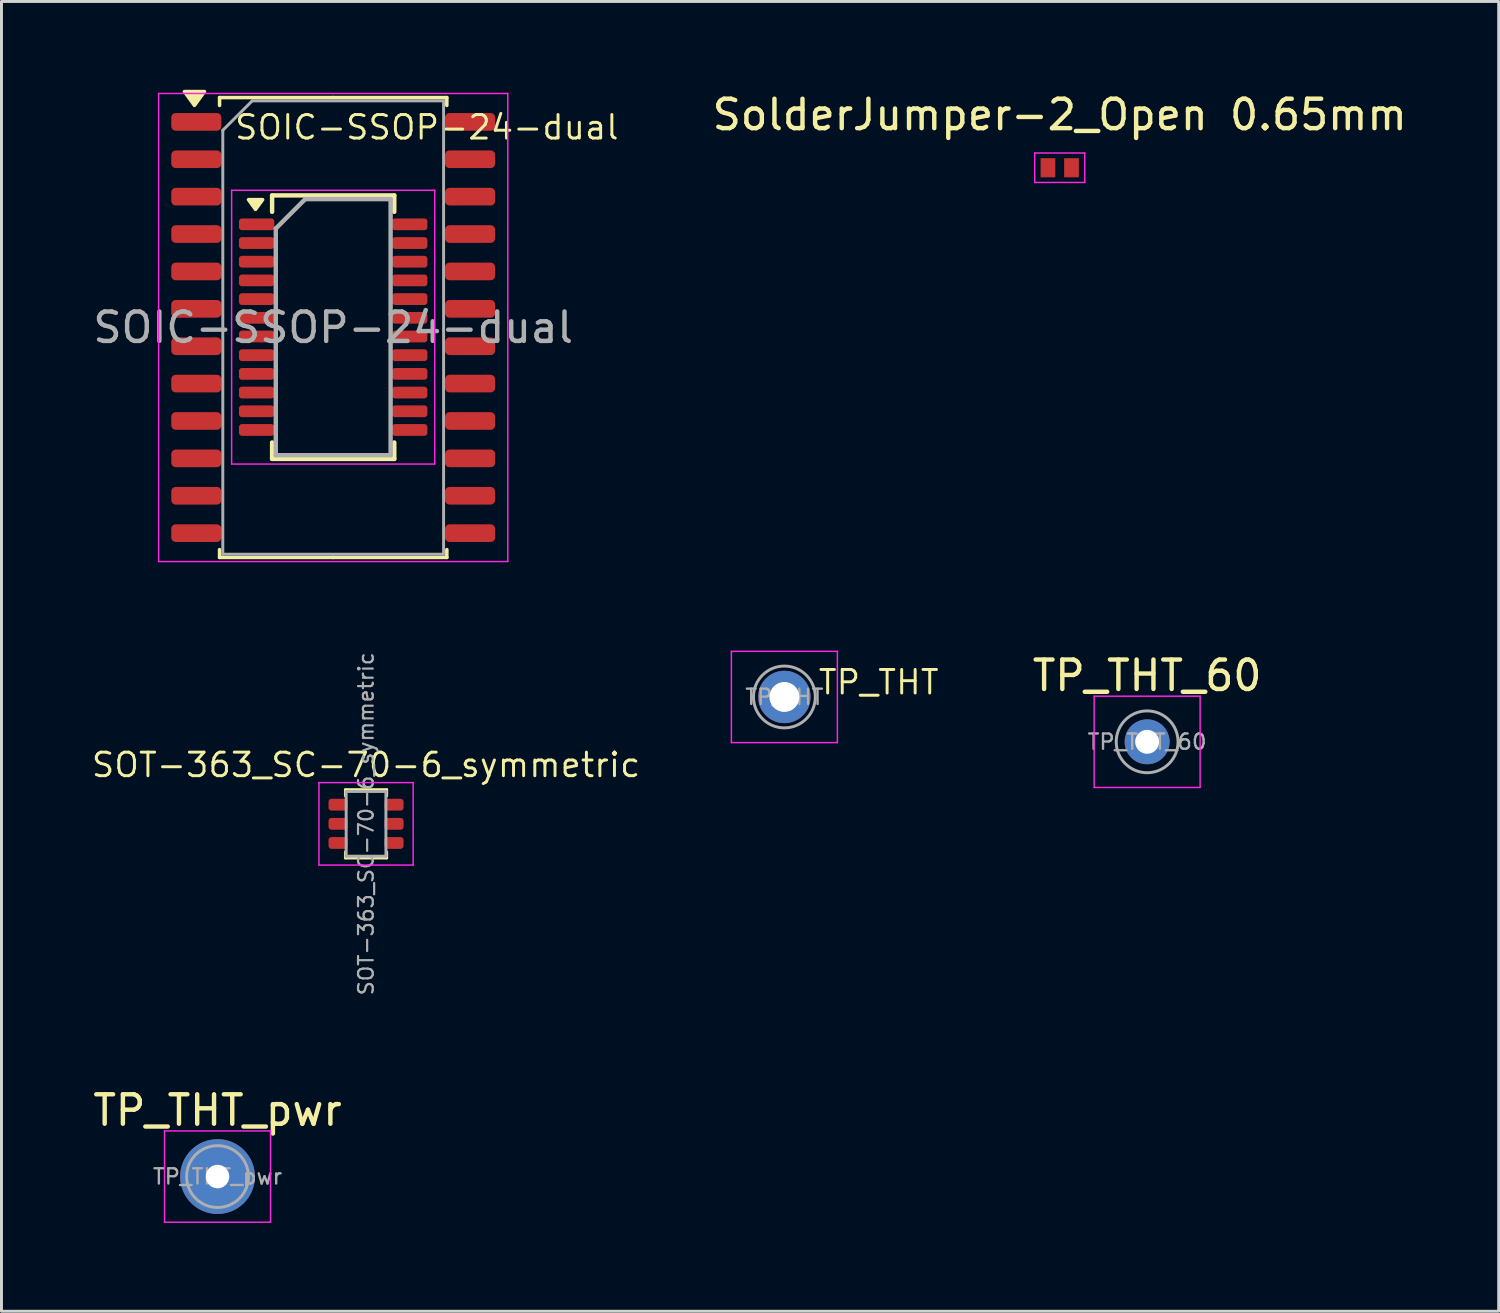
<source format=kicad_pcb>
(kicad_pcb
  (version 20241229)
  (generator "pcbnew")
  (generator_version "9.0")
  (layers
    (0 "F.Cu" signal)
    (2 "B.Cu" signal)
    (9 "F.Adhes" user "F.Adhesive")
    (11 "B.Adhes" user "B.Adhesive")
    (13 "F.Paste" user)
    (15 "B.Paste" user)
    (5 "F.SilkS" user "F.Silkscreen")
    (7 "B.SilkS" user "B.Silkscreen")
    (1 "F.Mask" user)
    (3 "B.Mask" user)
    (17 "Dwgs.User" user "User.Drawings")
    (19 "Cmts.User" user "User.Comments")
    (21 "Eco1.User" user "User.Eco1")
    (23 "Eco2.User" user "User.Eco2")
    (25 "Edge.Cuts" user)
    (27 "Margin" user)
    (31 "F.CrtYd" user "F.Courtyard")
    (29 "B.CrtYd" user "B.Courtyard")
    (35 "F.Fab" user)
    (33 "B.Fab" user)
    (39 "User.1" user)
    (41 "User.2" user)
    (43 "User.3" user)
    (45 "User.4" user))
  (footprint "SOIC-SSOP-24-dual"
    (layer "F.Cu")
    (at 8.268 8.075)
    (property "Reference" "SOIC-SSOP-24-dual" (at -3.4 -6.8 0) (unlocked yes) (layer "F.SilkS") (effects (font (size 0.8 0.8) (thickness 0.1)) (justify left)))
    (attr smd)
    (fp_line (start -3.86 -7.81) (end -3.86 -7.545) (stroke (width 0.12) (type solid)) (layer "F.SilkS"))
    (fp_line (start -3.86 7.81) (end -3.86 7.545) (stroke (width 0.12) (type solid)) (layer "F.SilkS"))
    (fp_line (start -2.075 -4.487) (end -2.075 -3.93) (stroke (width 0.15) (type solid)) (layer "F.SilkS"))
    (fp_line (start -2.075 -4.487) (end 2.075 -4.487) (stroke (width 0.15) (type solid)) (layer "F.SilkS"))
    (fp_line (start -2.075 4.463) (end -2.075 3.905) (stroke (width 0.15) (type solid)) (layer "F.SilkS"))
    (fp_line (start -2.075 4.463) (end 2.075 4.463) (stroke (width 0.15) (type solid)) (layer "F.SilkS"))
    (fp_line (start 0 -7.81) (end -3.86 -7.81) (stroke (width 0.12) (type solid)) (layer "F.SilkS"))
    (fp_line (start 0 -7.81) (end 3.86 -7.81) (stroke (width 0.12) (type solid)) (layer "F.SilkS"))
    (fp_line (start 0 7.81) (end -3.86 7.81) (stroke (width 0.12) (type solid)) (layer "F.SilkS"))
    (fp_line (start 0 7.81) (end 3.86 7.81) (stroke (width 0.12) (type solid)) (layer "F.SilkS"))
    (fp_line (start 2.075 -4.487) (end 2.075 -3.93) (stroke (width 0.15) (type solid)) (layer "F.SilkS"))
    (fp_line (start 2.075 4.463) (end 2.075 3.905) (stroke (width 0.15) (type solid)) (layer "F.SilkS"))
    (fp_line (start 3.86 -7.81) (end 3.86 -7.545) (stroke (width 0.12) (type solid)) (layer "F.SilkS"))
    (fp_line (start 3.86 7.81) (end 3.86 7.545) (stroke (width 0.12) (type solid)) (layer "F.SilkS"))
    (fp_poly (pts (xy -4.713 -7.545) (xy -5.053 -8.015) (xy -4.372 -8.015) (xy -4.713 -7.545)) (stroke (width 0.12) (type solid)) (fill yes) (layer "F.SilkS"))
    (fp_poly (pts (xy -2.638 -4.013) (xy -2.877 -4.343) (xy -2.397 -4.343) (xy -2.638 -4.013)) (stroke (width 0.12) (type solid)) (fill yes) (layer "F.SilkS"))
    (fp_line (start -5.93 -7.95) (end -5.93 7.95) (stroke (width 0.05) (type solid)) (layer "F.CrtYd"))
    (fp_line (start -5.93 7.95) (end 5.93 7.95) (stroke (width 0.05) (type solid)) (layer "F.CrtYd"))
    (fp_line (start -3.45 -4.662) (end -3.45 4.638) (stroke (width 0.05) (type solid)) (layer "F.CrtYd"))
    (fp_line (start -3.45 -4.662) (end 3.45 -4.662) (stroke (width 0.05) (type solid)) (layer "F.CrtYd"))
    (fp_line (start -3.45 4.638) (end 3.45 4.638) (stroke (width 0.05) (type solid)) (layer "F.CrtYd"))
    (fp_line (start 3.45 -4.662) (end 3.45 4.638) (stroke (width 0.05) (type solid)) (layer "F.CrtYd"))
    (fp_line (start 5.93 -7.95) (end -5.93 -7.95) (stroke (width 0.05) (type solid)) (layer "F.CrtYd"))
    (fp_line (start 5.93 7.95) (end 5.93 -7.95) (stroke (width 0.05) (type solid)) (layer "F.CrtYd"))
    (fp_line (start -3.75 -6.7) (end -2.75 -7.7) (stroke (width 0.1) (type solid)) (layer "F.Fab"))
    (fp_line (start -3.75 7.7) (end -3.75 -6.7) (stroke (width 0.1) (type solid)) (layer "F.Fab"))
    (fp_line (start -2.75 -7.7) (end 3.75 -7.7) (stroke (width 0.1) (type solid)) (layer "F.Fab"))
    (fp_line (start -1.95 -3.362) (end -0.95 -4.362) (stroke (width 0.15) (type solid)) (layer "F.Fab"))
    (fp_line (start -1.95 4.338) (end -1.95 -3.362) (stroke (width 0.15) (type solid)) (layer "F.Fab"))
    (fp_line (start -0.95 -4.362) (end 1.95 -4.362) (stroke (width 0.15) (type solid)) (layer "F.Fab"))
    (fp_line (start 1.95 -4.362) (end 1.95 4.338) (stroke (width 0.15) (type solid)) (layer "F.Fab"))
    (fp_line (start 1.95 4.338) (end -1.95 4.338) (stroke (width 0.15) (type solid)) (layer "F.Fab"))
    (fp_line (start 3.75 -7.7) (end 3.75 7.7) (stroke (width 0.1) (type solid)) (layer "F.Fab"))
    (fp_line (start 3.75 7.7) (end -3.75 7.7) (stroke (width 0.1) (type solid)) (layer "F.Fab"))
    (fp_text user "${REFERENCE}" (at 0 0 0) (layer "F.Fab") (effects (font (size 1 1) (thickness 0.15))))
    (pad "1" smd roundrect (at -4.65 -6.985) (size 1.7 0.6) (layers "F.Cu" "F.Mask" "F.Paste") (roundrect_rratio 0.25))
    (pad "1" smd roundrect (at -2.6 -3.505) (size 1.2 0.4) (layers "F.Cu" "F.Mask" "F.Paste") (roundrect_rratio 0.25))
    (pad "2" smd roundrect (at -4.65 -5.715) (size 1.7 0.6) (layers "F.Cu" "F.Mask" "F.Paste") (roundrect_rratio 0.25))
    (pad "2" smd roundrect (at -2.6 -2.87) (size 1.2 0.4) (layers "F.Cu" "F.Mask" "F.Paste") (roundrect_rratio 0.25))
    (pad "3" smd roundrect (at -4.65 -4.445) (size 1.7 0.6) (layers "F.Cu" "F.Mask" "F.Paste") (roundrect_rratio 0.25))
    (pad "3" smd roundrect (at -2.6 -2.235) (size 1.2 0.4) (layers "F.Cu" "F.Mask" "F.Paste") (roundrect_rratio 0.25))
    (pad "4" smd roundrect (at -4.65 -3.175) (size 1.7 0.6) (layers "F.Cu" "F.Mask" "F.Paste") (roundrect_rratio 0.25))
    (pad "4" smd roundrect (at -2.6 -1.6) (size 1.2 0.4) (layers "F.Cu" "F.Mask" "F.Paste") (roundrect_rratio 0.25))
    (pad "5" smd roundrect (at -4.65 -1.905) (size 1.7 0.6) (layers "F.Cu" "F.Mask" "F.Paste") (roundrect_rratio 0.25))
    (pad "5" smd roundrect (at -2.6 -0.965) (size 1.2 0.4) (layers "F.Cu" "F.Mask" "F.Paste") (roundrect_rratio 0.25))
    (pad "6" smd roundrect (at -4.65 -0.635) (size 1.7 0.6) (layers "F.Cu" "F.Mask" "F.Paste") (roundrect_rratio 0.25))
    (pad "6" smd roundrect (at -2.6 -0.33) (size 1.2 0.4) (layers "F.Cu" "F.Mask" "F.Paste") (roundrect_rratio 0.25))
    (pad "7" smd roundrect (at -4.65 0.635) (size 1.7 0.6) (layers "F.Cu" "F.Mask" "F.Paste") (roundrect_rratio 0.25))
    (pad "7" smd roundrect (at -2.6 0.305) (size 1.2 0.4) (layers "F.Cu" "F.Mask" "F.Paste") (roundrect_rratio 0.25))
    (pad "8" smd roundrect (at -4.65 1.905) (size 1.7 0.6) (layers "F.Cu" "F.Mask" "F.Paste") (roundrect_rratio 0.25))
    (pad "8" smd roundrect (at -2.6 0.94) (size 1.2 0.4) (layers "F.Cu" "F.Mask" "F.Paste") (roundrect_rratio 0.25))
    (pad "9" smd roundrect (at -4.65 3.175) (size 1.7 0.6) (layers "F.Cu" "F.Mask" "F.Paste") (roundrect_rratio 0.25))
    (pad "9" smd roundrect (at -2.6 1.575) (size 1.2 0.4) (layers "F.Cu" "F.Mask" "F.Paste") (roundrect_rratio 0.25))
    (pad "10" smd roundrect (at -4.65 4.445) (size 1.7 0.6) (layers "F.Cu" "F.Mask" "F.Paste") (roundrect_rratio 0.25))
    (pad "10" smd roundrect (at -2.6 2.21) (size 1.2 0.4) (layers "F.Cu" "F.Mask" "F.Paste") (roundrect_rratio 0.25))
    (pad "11" smd roundrect (at -4.65 5.715) (size 1.7 0.6) (layers "F.Cu" "F.Mask" "F.Paste") (roundrect_rratio 0.25))
    (pad "11" smd roundrect (at -2.6 2.845) (size 1.2 0.4) (layers "F.Cu" "F.Mask" "F.Paste") (roundrect_rratio 0.25))
    (pad "12" smd roundrect (at -4.65 6.985) (size 1.7 0.6) (layers "F.Cu" "F.Mask" "F.Paste") (roundrect_rratio 0.25))
    (pad "12" smd roundrect (at -2.6 3.48) (size 1.2 0.4) (layers "F.Cu" "F.Mask" "F.Paste") (roundrect_rratio 0.25))
    (pad "13" smd roundrect (at 2.6 3.48) (size 1.2 0.4) (layers "F.Cu" "F.Mask" "F.Paste") (roundrect_rratio 0.25))
    (pad "13" smd roundrect (at 4.65 6.985) (size 1.7 0.6) (layers "F.Cu" "F.Mask" "F.Paste") (roundrect_rratio 0.25))
    (pad "14" smd roundrect (at 2.6 2.845) (size 1.2 0.4) (layers "F.Cu" "F.Mask" "F.Paste") (roundrect_rratio 0.25))
    (pad "14" smd roundrect (at 4.65 5.715) (size 1.7 0.6) (layers "F.Cu" "F.Mask" "F.Paste") (roundrect_rratio 0.25))
    (pad "15" smd roundrect (at 2.6 2.21) (size 1.2 0.4) (layers "F.Cu" "F.Mask" "F.Paste") (roundrect_rratio 0.25))
    (pad "15" smd roundrect (at 4.65 4.445) (size 1.7 0.6) (layers "F.Cu" "F.Mask" "F.Paste") (roundrect_rratio 0.25))
    (pad "16" smd roundrect (at 2.6 1.575) (size 1.2 0.4) (layers "F.Cu" "F.Mask" "F.Paste") (roundrect_rratio 0.25))
    (pad "16" smd roundrect (at 4.65 3.175) (size 1.7 0.6) (layers "F.Cu" "F.Mask" "F.Paste") (roundrect_rratio 0.25))
    (pad "17" smd roundrect (at 2.6 0.94) (size 1.2 0.4) (layers "F.Cu" "F.Mask" "F.Paste") (roundrect_rratio 0.25))
    (pad "17" smd roundrect (at 4.65 1.905) (size 1.7 0.6) (layers "F.Cu" "F.Mask" "F.Paste") (roundrect_rratio 0.25))
    (pad "18" smd roundrect (at 2.6 0.305) (size 1.2 0.4) (layers "F.Cu" "F.Mask" "F.Paste") (roundrect_rratio 0.25))
    (pad "18" smd roundrect (at 4.65 0.635) (size 1.7 0.6) (layers "F.Cu" "F.Mask" "F.Paste") (roundrect_rratio 0.25))
    (pad "19" smd roundrect (at 2.6 -0.33) (size 1.2 0.4) (layers "F.Cu" "F.Mask" "F.Paste") (roundrect_rratio 0.25))
    (pad "19" smd roundrect (at 4.65 -0.635) (size 1.7 0.6) (layers "F.Cu" "F.Mask" "F.Paste") (roundrect_rratio 0.25))
    (pad "20" smd roundrect (at 2.6 -0.965) (size 1.2 0.4) (layers "F.Cu" "F.Mask" "F.Paste") (roundrect_rratio 0.25))
    (pad "20" smd roundrect (at 4.65 -1.905) (size 1.7 0.6) (layers "F.Cu" "F.Mask" "F.Paste") (roundrect_rratio 0.25))
    (pad "21" smd roundrect (at 2.6 -1.6) (size 1.2 0.4) (layers "F.Cu" "F.Mask" "F.Paste") (roundrect_rratio 0.25))
    (pad "21" smd roundrect (at 4.65 -3.175) (size 1.7 0.6) (layers "F.Cu" "F.Mask" "F.Paste") (roundrect_rratio 0.25))
    (pad "22" smd roundrect (at 2.6 -2.235) (size 1.2 0.4) (layers "F.Cu" "F.Mask" "F.Paste") (roundrect_rratio 0.25))
    (pad "22" smd roundrect (at 4.65 -4.445) (size 1.7 0.6) (layers "F.Cu" "F.Mask" "F.Paste") (roundrect_rratio 0.25))
    (pad "23" smd roundrect (at 2.6 -2.87) (size 1.2 0.4) (layers "F.Cu" "F.Mask" "F.Paste") (roundrect_rratio 0.25))
    (pad "23" smd roundrect (at 4.65 -5.715) (size 1.7 0.6) (layers "F.Cu" "F.Mask" "F.Paste") (roundrect_rratio 0.25))
    (pad "24" smd roundrect (at 2.6 -3.505) (size 1.2 0.4) (layers "F.Cu" "F.Mask" "F.Paste") (roundrect_rratio 0.25))
    (pad "24" smd roundrect (at 4.65 -6.985) (size 1.7 0.6) (layers "F.Cu" "F.Mask" "F.Paste") (roundrect_rratio 0.25)))
  (footprint "TP_THT"
    (layer "F.Cu")
    (at 23.594 20.625)
    (property "Reference" "TP_THT" (at 1.1 -0.5 0) (unlocked yes) (layer "F.SilkS") (effects (font (size 0.8 0.8) (thickness 0.1)) (justify left)))
    (attr exclude_from_pos_files exclude_from_bom)
    (fp_line (start -1.8 -1.55) (end -1.8 1.55) (stroke (width 0.05) (type solid)) (layer "F.CrtYd"))
    (fp_line (start -1.8 1.55) (end 1.8 1.55) (stroke (width 0.05) (type solid)) (layer "F.CrtYd"))
    (fp_line (start 1.8 -1.55) (end -1.8 -1.55) (stroke (width 0.05) (type solid)) (layer "F.CrtYd"))
    (fp_line (start 1.8 1.55) (end 1.8 -1.55) (stroke (width 0.05) (type solid)) (layer "F.CrtYd"))
    (fp_circle (center 0 0) (end 1.05 0) (stroke (width 0.1) (type solid)) (fill no) (layer "F.Fab"))
    (fp_text user "${REFERENCE}" (at 0 0 0) (layer "F.Fab") (effects (font (size 0.52 0.52) (thickness 0.08))))
    (pad "1" thru_hole circle (at 0 0) (size 1.778 1.778) (drill 1.016) (layers "*.Cu" "*.Mask")))
  (footprint "SolderJumper-2_Open 0.65mm"
    (layer "F.Cu")
    (at 32.947 2.648)
    (property "Reference" "SolderJumper-2_Open 0.65mm" (at 0 -1.8 0) (layer "F.SilkS") (effects (font (size 1 1) (thickness 0.15))))
    (attr exclude_from_pos_files exclude_from_bom)
    (fp_line (start -0.85 -0.5) (end -0.85 0.5) (stroke (width 0.05) (type solid)) (layer "F.CrtYd"))
    (fp_line (start -0.85 -0.5) (end 0.85 -0.5) (stroke (width 0.05) (type solid)) (layer "F.CrtYd"))
    (fp_line (start 0.85 0.5) (end -0.85 0.5) (stroke (width 0.05) (type solid)) (layer "F.CrtYd"))
    (fp_line (start 0.85 0.5) (end 0.85 -0.5) (stroke (width 0.05) (type solid)) (layer "F.CrtYd"))
    (pad "1" smd custom (at -0.4 0) (size 0.5 0.65) (layers "F.Cu" "F.Mask") (options (anchor rect)) (primitives))
    (pad "2" smd custom (at 0.4 0) (size 0.5 0.65) (layers "F.Cu" "F.Mask") (options (anchor rect)) (primitives)))
  (footprint "SOT-363_SC-70-6_symmetric"
    (layer "F.Cu")
    (at 9.384 24.934)
    (property "Reference" "SOT-363_SC-70-6_symmetric" (at 0 -2 0) (layer "F.SilkS") (effects (font (size 0.8 0.8) (thickness 0.1))))
    (attr smd)
    (fp_line (start -0.7 -1.16) (end -0.7 -0.95) (stroke (width 0.1) (type default)) (layer "F.SilkS"))
    (fp_line (start -0.7 0.95) (end -0.7 1.16) (stroke (width 0.1) (type default)) (layer "F.SilkS"))
    (fp_line (start -0.7 1.16) (end 0.7 1.16) (stroke (width 0.1) (type solid)) (layer "F.SilkS"))
    (fp_line (start 0.7 -1.16) (end -0.7 -1.16) (stroke (width 0.1) (type solid)) (layer "F.SilkS"))
    (fp_line (start 0.7 -1.16) (end 0.7 -0.95) (stroke (width 0.1) (type default)) (layer "F.SilkS"))
    (fp_line (start 0.7 0.95) (end 0.7 1.16) (stroke (width 0.1) (type default)) (layer "F.SilkS"))
    (fp_line (start -1.6 -1.4) (end -1.6 1.4) (stroke (width 0.05) (type solid)) (layer "F.CrtYd"))
    (fp_line (start -1.6 -1.4) (end 1.6 -1.4) (stroke (width 0.05) (type solid)) (layer "F.CrtYd"))
    (fp_line (start -1.6 1.4) (end 1.6 1.4) (stroke (width 0.05) (type solid)) (layer "F.CrtYd"))
    (fp_line (start 1.6 1.4) (end 1.6 -1.4) (stroke (width 0.05) (type solid)) (layer "F.CrtYd"))
    (fp_line (start -0.675 -1.1) (end -0.675 1.1) (stroke (width 0.1) (type solid)) (layer "F.Fab"))
    (fp_line (start 0.675 -1.1) (end -0.675 -1.1) (stroke (width 0.1) (type solid)) (layer "F.Fab"))
    (fp_line (start 0.675 -1.1) (end 0.675 1.1) (stroke (width 0.1) (type solid)) (layer "F.Fab"))
    (fp_line (start 0.675 1.1) (end -0.675 1.1) (stroke (width 0.1) (type solid)) (layer "F.Fab"))
    (fp_text user "${REFERENCE}" (at 0 0 90) (layer "F.Fab") (effects (font (size 0.5 0.5) (thickness 0.075))))
    (pad "1" smd roundrect (at -0.95 -0.65) (size 0.65 0.4) (layers "F.Cu" "F.Mask" "F.Paste") (roundrect_rratio 0.25))
    (pad "2" smd roundrect (at -0.95 0) (size 0.65 0.4) (layers "F.Cu" "F.Mask" "F.Paste") (roundrect_rratio 0.25))
    (pad "3" smd roundrect (at -0.95 0.65) (size 0.65 0.4) (layers "F.Cu" "F.Mask" "F.Paste") (roundrect_rratio 0.25))
    (pad "4" smd roundrect (at 0.95 0.65) (size 0.65 0.4) (layers "F.Cu" "F.Mask" "F.Paste") (roundrect_rratio 0.25))
    (pad "5" smd roundrect (at 0.95 0) (size 0.65 0.4) (layers "F.Cu" "F.Mask" "F.Paste") (roundrect_rratio 0.25))
    (pad "6" smd roundrect (at 0.95 -0.65) (size 0.65 0.4) (layers "F.Cu" "F.Mask" "F.Paste") (roundrect_rratio 0.25)))
  (footprint "TP_THT_60"
    (layer "F.Cu")
    (at 35.916 22.148)
    (property "Reference" "TP_THT_60" (at 0 -2.25 0) (layer "F.SilkS") (effects (font (size 1 1) (thickness 0.15))))
    (attr exclude_from_pos_files exclude_from_bom)
    (fp_line (start -1.8 -1.55) (end -1.8 1.55) (stroke (width 0.05) (type solid)) (layer "F.CrtYd"))
    (fp_line (start -1.8 1.55) (end 1.8 1.55) (stroke (width 0.05) (type solid)) (layer "F.CrtYd"))
    (fp_line (start 1.8 -1.55) (end -1.8 -1.55) (stroke (width 0.05) (type solid)) (layer "F.CrtYd"))
    (fp_line (start 1.8 1.55) (end 1.8 -1.55) (stroke (width 0.05) (type solid)) (layer "F.CrtYd"))
    (fp_circle (center 0 0) (end 1.05 0) (stroke (width 0.1) (type solid)) (fill no) (layer "F.Fab"))
    (fp_text user "${REFERENCE}" (at 0 0 0) (layer "F.Fab") (effects (font (size 0.52 0.52) (thickness 0.08))))
    (pad "1" thru_hole circle (at 0 0) (size 1.524 1.524) (drill 0.813) (layers "*.Cu" "*.Mask")))
  (footprint "TP_THT_pwr"
    (layer "F.Cu")
    (at 4.339 36.916)
    (property "Reference" "TP_THT_pwr" (at 0 -2.25 0) (layer "F.SilkS") (effects (font (size 1 1) (thickness 0.15))))
    (attr exclude_from_pos_files exclude_from_bom)
    (fp_line (start -1.8 -1.55) (end -1.8 1.55) (stroke (width 0.05) (type solid)) (layer "F.CrtYd"))
    (fp_line (start -1.8 1.55) (end 1.8 1.55) (stroke (width 0.05) (type solid)) (layer "F.CrtYd"))
    (fp_line (start 1.8 -1.55) (end -1.8 -1.55) (stroke (width 0.05) (type solid)) (layer "F.CrtYd"))
    (fp_line (start 1.8 1.55) (end 1.8 -1.55) (stroke (width 0.05) (type solid)) (layer "F.CrtYd"))
    (fp_circle (center 0 0) (end 1.05 0) (stroke (width 0.1) (type solid)) (fill no) (layer "F.Fab"))
    (fp_text user "${REFERENCE}" (at 0 0 0) (layer "F.Fab") (effects (font (size 0.52 0.52) (thickness 0.08))))
    (pad "1" thru_hole circle (at 0 0) (size 2.54 2.54) (drill 0.8) (layers "*.Cu" "*.Mask")))
  (gr_rect
    (start -3 -3)
    (end 47.858 41.491)
    (stroke (width 0.1) (type default))
    (fill no)
    (layer "Edge.Cuts")))
</source>
